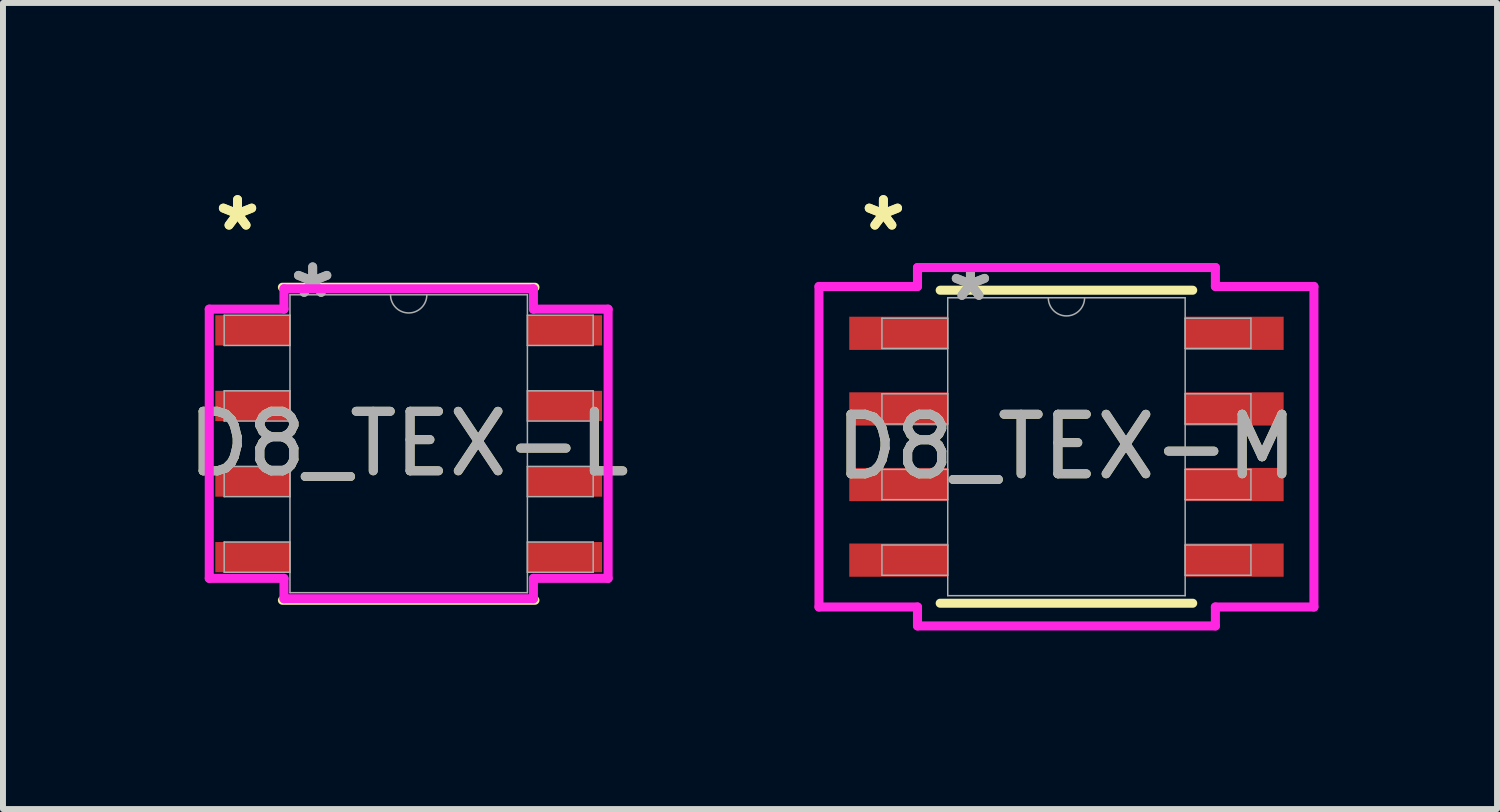
<source format=kicad_pcb>
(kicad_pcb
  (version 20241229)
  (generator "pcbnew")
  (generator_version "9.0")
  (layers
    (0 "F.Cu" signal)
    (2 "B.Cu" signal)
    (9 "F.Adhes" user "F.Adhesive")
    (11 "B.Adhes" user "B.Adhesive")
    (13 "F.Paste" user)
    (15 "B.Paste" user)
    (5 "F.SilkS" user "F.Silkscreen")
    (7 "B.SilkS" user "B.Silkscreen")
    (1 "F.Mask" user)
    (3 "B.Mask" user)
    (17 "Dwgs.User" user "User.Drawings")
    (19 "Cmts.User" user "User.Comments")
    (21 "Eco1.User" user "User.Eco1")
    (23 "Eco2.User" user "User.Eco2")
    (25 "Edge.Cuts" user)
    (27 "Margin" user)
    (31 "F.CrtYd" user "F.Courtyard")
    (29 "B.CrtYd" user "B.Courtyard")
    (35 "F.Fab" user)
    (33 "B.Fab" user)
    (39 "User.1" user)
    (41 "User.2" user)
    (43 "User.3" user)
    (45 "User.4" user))
  (footprint "D8_TEX-L"
    (layer "F.Cu")
    (at 3.815 4.404)
    (property "Reference" "D8_TEX-L" (at 0 0 0) (unlocked yes) (layer "F.SilkS") (effects (font (size 1 1) (thickness 0.15))))
    (attr smd)
    (fp_line (start -2.121 2.629) (end 2.121 2.629) (stroke (width 0.152) (type solid)) (layer "F.SilkS"))
    (fp_line (start 2.121 -2.629) (end -2.121 -2.629) (stroke (width 0.152) (type solid)) (layer "F.SilkS"))
    (fp_line (start -3.35 -2.261) (end -2.095 -2.261) (stroke (width 0.152) (type solid)) (layer "F.CrtYd"))
    (fp_line (start -3.35 2.261) (end -3.35 -2.261) (stroke (width 0.152) (type solid)) (layer "F.CrtYd"))
    (fp_line (start -3.35 2.261) (end -2.095 2.261) (stroke (width 0.152) (type solid)) (layer "F.CrtYd"))
    (fp_line (start -2.095 -2.603) (end 2.095 -2.603) (stroke (width 0.152) (type solid)) (layer "F.CrtYd"))
    (fp_line (start -2.095 -2.261) (end -2.095 -2.603) (stroke (width 0.152) (type solid)) (layer "F.CrtYd"))
    (fp_line (start -2.095 2.603) (end -2.095 2.261) (stroke (width 0.152) (type solid)) (layer "F.CrtYd"))
    (fp_line (start 2.095 -2.603) (end 2.095 -2.261) (stroke (width 0.152) (type solid)) (layer "F.CrtYd"))
    (fp_line (start 2.095 2.261) (end 2.095 2.603) (stroke (width 0.152) (type solid)) (layer "F.CrtYd"))
    (fp_line (start 2.095 2.603) (end -2.095 2.603) (stroke (width 0.152) (type solid)) (layer "F.CrtYd"))
    (fp_line (start 3.35 -2.261) (end 2.095 -2.261) (stroke (width 0.152) (type solid)) (layer "F.CrtYd"))
    (fp_line (start 3.35 -2.261) (end 3.35 2.261) (stroke (width 0.152) (type solid)) (layer "F.CrtYd"))
    (fp_line (start 3.35 2.261) (end 2.095 2.261) (stroke (width 0.152) (type solid)) (layer "F.CrtYd"))
    (fp_line (start -3.099 -2.159) (end -3.099 -1.651) (stroke (width 0.025) (type solid)) (layer "F.Fab"))
    (fp_line (start -3.099 -1.651) (end -1.994 -1.651) (stroke (width 0.025) (type solid)) (layer "F.Fab"))
    (fp_line (start -3.099 -0.889) (end -3.099 -0.381) (stroke (width 0.025) (type solid)) (layer "F.Fab"))
    (fp_line (start -3.099 -0.381) (end -1.994 -0.381) (stroke (width 0.025) (type solid)) (layer "F.Fab"))
    (fp_line (start -3.099 0.381) (end -3.099 0.889) (stroke (width 0.025) (type solid)) (layer "F.Fab"))
    (fp_line (start -3.099 0.889) (end -1.994 0.889) (stroke (width 0.025) (type solid)) (layer "F.Fab"))
    (fp_line (start -3.099 1.651) (end -3.099 2.159) (stroke (width 0.025) (type solid)) (layer "F.Fab"))
    (fp_line (start -3.099 2.159) (end -1.994 2.159) (stroke (width 0.025) (type solid)) (layer "F.Fab"))
    (fp_line (start -1.994 -2.502) (end -1.994 2.502) (stroke (width 0.025) (type solid)) (layer "F.Fab"))
    (fp_line (start -1.994 -2.159) (end -3.099 -2.159) (stroke (width 0.025) (type solid)) (layer "F.Fab"))
    (fp_line (start -1.994 -1.651) (end -1.994 -2.159) (stroke (width 0.025) (type solid)) (layer "F.Fab"))
    (fp_line (start -1.994 -0.889) (end -3.099 -0.889) (stroke (width 0.025) (type solid)) (layer "F.Fab"))
    (fp_line (start -1.994 -0.381) (end -1.994 -0.889) (stroke (width 0.025) (type solid)) (layer "F.Fab"))
    (fp_line (start -1.994 0.381) (end -3.099 0.381) (stroke (width 0.025) (type solid)) (layer "F.Fab"))
    (fp_line (start -1.994 0.889) (end -1.994 0.381) (stroke (width 0.025) (type solid)) (layer "F.Fab"))
    (fp_line (start -1.994 1.651) (end -3.099 1.651) (stroke (width 0.025) (type solid)) (layer "F.Fab"))
    (fp_line (start -1.994 2.159) (end -1.994 1.651) (stroke (width 0.025) (type solid)) (layer "F.Fab"))
    (fp_line (start -1.994 2.502) (end 1.994 2.502) (stroke (width 0.025) (type solid)) (layer "F.Fab"))
    (fp_line (start 1.994 -2.502) (end -1.994 -2.502) (stroke (width 0.025) (type solid)) (layer "F.Fab"))
    (fp_line (start 1.994 -2.159) (end 1.994 -1.651) (stroke (width 0.025) (type solid)) (layer "F.Fab"))
    (fp_line (start 1.994 -1.651) (end 3.099 -1.651) (stroke (width 0.025) (type solid)) (layer "F.Fab"))
    (fp_line (start 1.994 -0.889) (end 1.994 -0.381) (stroke (width 0.025) (type solid)) (layer "F.Fab"))
    (fp_line (start 1.994 -0.381) (end 3.099 -0.381) (stroke (width 0.025) (type solid)) (layer "F.Fab"))
    (fp_line (start 1.994 0.381) (end 1.994 0.889) (stroke (width 0.025) (type solid)) (layer "F.Fab"))
    (fp_line (start 1.994 0.889) (end 3.099 0.889) (stroke (width 0.025) (type solid)) (layer "F.Fab"))
    (fp_line (start 1.994 1.651) (end 1.994 2.159) (stroke (width 0.025) (type solid)) (layer "F.Fab"))
    (fp_line (start 1.994 2.159) (end 3.099 2.159) (stroke (width 0.025) (type solid)) (layer "F.Fab"))
    (fp_line (start 1.994 2.502) (end 1.994 -2.502) (stroke (width 0.025) (type solid)) (layer "F.Fab"))
    (fp_line (start 3.099 -2.159) (end 1.994 -2.159) (stroke (width 0.025) (type solid)) (layer "F.Fab"))
    (fp_line (start 3.099 -1.651) (end 3.099 -2.159) (stroke (width 0.025) (type solid)) (layer "F.Fab"))
    (fp_line (start 3.099 -0.889) (end 1.994 -0.889) (stroke (width 0.025) (type solid)) (layer "F.Fab"))
    (fp_line (start 3.099 -0.381) (end 3.099 -0.889) (stroke (width 0.025) (type solid)) (layer "F.Fab"))
    (fp_line (start 3.099 0.381) (end 1.994 0.381) (stroke (width 0.025) (type solid)) (layer "F.Fab"))
    (fp_line (start 3.099 0.889) (end 3.099 0.381) (stroke (width 0.025) (type solid)) (layer "F.Fab"))
    (fp_line (start 3.099 1.651) (end 1.994 1.651) (stroke (width 0.025) (type solid)) (layer "F.Fab"))
    (fp_line (start 3.099 2.159) (end 3.099 1.651) (stroke (width 0.025) (type solid)) (layer "F.Fab"))
    (fp_arc (start 0.3048 -2.5019) (mid 0 -2.1971) (end -0.3048 -2.5019) (stroke (width 0.0254) (type solid)) (layer "F.Fab"))
    (fp_text user "*" (at -2.875 -3.556 0) (unlocked yes) (layer "F.SilkS") (effects (font (size 1 1) (thickness 0.15))))
    (fp_text user "*" (at -2.875 -3.556 0) (layer "F.SilkS") (effects (font (size 1 1) (thickness 0.15))))
    (fp_text user "*" (at -1.613 -2.426 0) (layer "F.Fab") (effects (font (size 1 1) (thickness 0.15))))
    (fp_text user "*" (at -1.613 -2.426 0) (unlocked yes) (layer "F.Fab") (effects (font (size 1 1) (thickness 0.15))))
    (fp_text user "${REFERENCE}" (at 0 0 0) (unlocked yes) (layer "F.Fab") (effects (font (size 1 1) (thickness 0.15))))
    (pad "1" smd rect (at -2.621 -1.905) (size 1.255 0.508) (layers "F.Cu" "F.Mask" "F.Paste"))
    (pad "2" smd rect (at -2.621 -0.635) (size 1.255 0.508) (layers "F.Cu" "F.Mask" "F.Paste"))
    (pad "3" smd rect (at -2.621 0.635) (size 1.255 0.508) (layers "F.Cu" "F.Mask" "F.Paste"))
    (pad "4" smd rect (at -2.621 1.905) (size 1.255 0.508) (layers "F.Cu" "F.Mask" "F.Paste"))
    (pad "5" smd rect (at 2.621 1.905) (size 1.255 0.508) (layers "F.Cu" "F.Mask" "F.Paste"))
    (pad "6" smd rect (at 2.621 0.635) (size 1.255 0.508) (layers "F.Cu" "F.Mask" "F.Paste"))
    (pad "7" smd rect (at 2.621 -0.635) (size 1.255 0.508) (layers "F.Cu" "F.Mask" "F.Paste"))
    (pad "8" smd rect (at 2.621 -1.905) (size 1.255 0.508) (layers "F.Cu" "F.Mask" "F.Paste")))
  (footprint "D8_TEX-M"
    (layer "F.Cu")
    (at 14.864 4.454)
    (property "Reference" "D8_TEX-M" (at 0 0 0) (unlocked yes) (layer "F.SilkS") (effects (font (size 1 1) (thickness 0.15))))
    (attr smd)
    (fp_line (start -2.121 2.629) (end 2.121 2.629) (stroke (width 0.152) (type solid)) (layer "F.SilkS"))
    (fp_line (start 2.121 -2.629) (end -2.121 -2.629) (stroke (width 0.152) (type solid)) (layer "F.SilkS"))
    (fp_line (start -4.157 -2.692) (end -2.502 -2.692) (stroke (width 0.152) (type solid)) (layer "F.CrtYd"))
    (fp_line (start -4.157 2.692) (end -4.157 -2.692) (stroke (width 0.152) (type solid)) (layer "F.CrtYd"))
    (fp_line (start -4.157 2.692) (end -2.502 2.692) (stroke (width 0.152) (type solid)) (layer "F.CrtYd"))
    (fp_line (start -2.502 -3.01) (end 2.502 -3.01) (stroke (width 0.152) (type solid)) (layer "F.CrtYd"))
    (fp_line (start -2.502 -2.692) (end -2.502 -3.01) (stroke (width 0.152) (type solid)) (layer "F.CrtYd"))
    (fp_line (start -2.502 3.01) (end -2.502 2.692) (stroke (width 0.152) (type solid)) (layer "F.CrtYd"))
    (fp_line (start 2.502 -3.01) (end 2.502 -2.692) (stroke (width 0.152) (type solid)) (layer "F.CrtYd"))
    (fp_line (start 2.502 2.692) (end 2.502 3.01) (stroke (width 0.152) (type solid)) (layer "F.CrtYd"))
    (fp_line (start 2.502 3.01) (end -2.502 3.01) (stroke (width 0.152) (type solid)) (layer "F.CrtYd"))
    (fp_line (start 4.157 -2.692) (end 2.502 -2.692) (stroke (width 0.152) (type solid)) (layer "F.CrtYd"))
    (fp_line (start 4.157 -2.692) (end 4.157 2.692) (stroke (width 0.152) (type solid)) (layer "F.CrtYd"))
    (fp_line (start 4.157 2.692) (end 2.502 2.692) (stroke (width 0.152) (type solid)) (layer "F.CrtYd"))
    (fp_line (start -3.099 -2.159) (end -3.099 -1.651) (stroke (width 0.025) (type solid)) (layer "F.Fab"))
    (fp_line (start -3.099 -1.651) (end -1.994 -1.651) (stroke (width 0.025) (type solid)) (layer "F.Fab"))
    (fp_line (start -3.099 -0.889) (end -3.099 -0.381) (stroke (width 0.025) (type solid)) (layer "F.Fab"))
    (fp_line (start -3.099 -0.381) (end -1.994 -0.381) (stroke (width 0.025) (type solid)) (layer "F.Fab"))
    (fp_line (start -3.099 0.381) (end -3.099 0.889) (stroke (width 0.025) (type solid)) (layer "F.Fab"))
    (fp_line (start -3.099 0.889) (end -1.994 0.889) (stroke (width 0.025) (type solid)) (layer "F.Fab"))
    (fp_line (start -3.099 1.651) (end -3.099 2.159) (stroke (width 0.025) (type solid)) (layer "F.Fab"))
    (fp_line (start -3.099 2.159) (end -1.994 2.159) (stroke (width 0.025) (type solid)) (layer "F.Fab"))
    (fp_line (start -1.994 -2.502) (end -1.994 2.502) (stroke (width 0.025) (type solid)) (layer "F.Fab"))
    (fp_line (start -1.994 -2.159) (end -3.099 -2.159) (stroke (width 0.025) (type solid)) (layer "F.Fab"))
    (fp_line (start -1.994 -1.651) (end -1.994 -2.159) (stroke (width 0.025) (type solid)) (layer "F.Fab"))
    (fp_line (start -1.994 -0.889) (end -3.099 -0.889) (stroke (width 0.025) (type solid)) (layer "F.Fab"))
    (fp_line (start -1.994 -0.381) (end -1.994 -0.889) (stroke (width 0.025) (type solid)) (layer "F.Fab"))
    (fp_line (start -1.994 0.381) (end -3.099 0.381) (stroke (width 0.025) (type solid)) (layer "F.Fab"))
    (fp_line (start -1.994 0.889) (end -1.994 0.381) (stroke (width 0.025) (type solid)) (layer "F.Fab"))
    (fp_line (start -1.994 1.651) (end -3.099 1.651) (stroke (width 0.025) (type solid)) (layer "F.Fab"))
    (fp_line (start -1.994 2.159) (end -1.994 1.651) (stroke (width 0.025) (type solid)) (layer "F.Fab"))
    (fp_line (start -1.994 2.502) (end 1.994 2.502) (stroke (width 0.025) (type solid)) (layer "F.Fab"))
    (fp_line (start 1.994 -2.502) (end -1.994 -2.502) (stroke (width 0.025) (type solid)) (layer "F.Fab"))
    (fp_line (start 1.994 -2.159) (end 1.994 -1.651) (stroke (width 0.025) (type solid)) (layer "F.Fab"))
    (fp_line (start 1.994 -1.651) (end 3.099 -1.651) (stroke (width 0.025) (type solid)) (layer "F.Fab"))
    (fp_line (start 1.994 -0.889) (end 1.994 -0.381) (stroke (width 0.025) (type solid)) (layer "F.Fab"))
    (fp_line (start 1.994 -0.381) (end 3.099 -0.381) (stroke (width 0.025) (type solid)) (layer "F.Fab"))
    (fp_line (start 1.994 0.381) (end 1.994 0.889) (stroke (width 0.025) (type solid)) (layer "F.Fab"))
    (fp_line (start 1.994 0.889) (end 3.099 0.889) (stroke (width 0.025) (type solid)) (layer "F.Fab"))
    (fp_line (start 1.994 1.651) (end 1.994 2.159) (stroke (width 0.025) (type solid)) (layer "F.Fab"))
    (fp_line (start 1.994 2.159) (end 3.099 2.159) (stroke (width 0.025) (type solid)) (layer "F.Fab"))
    (fp_line (start 1.994 2.502) (end 1.994 -2.502) (stroke (width 0.025) (type solid)) (layer "F.Fab"))
    (fp_line (start 3.099 -2.159) (end 1.994 -2.159) (stroke (width 0.025) (type solid)) (layer "F.Fab"))
    (fp_line (start 3.099 -1.651) (end 3.099 -2.159) (stroke (width 0.025) (type solid)) (layer "F.Fab"))
    (fp_line (start 3.099 -0.889) (end 1.994 -0.889) (stroke (width 0.025) (type solid)) (layer "F.Fab"))
    (fp_line (start 3.099 -0.381) (end 3.099 -0.889) (stroke (width 0.025) (type solid)) (layer "F.Fab"))
    (fp_line (start 3.099 0.381) (end 1.994 0.381) (stroke (width 0.025) (type solid)) (layer "F.Fab"))
    (fp_line (start 3.099 0.889) (end 3.099 0.381) (stroke (width 0.025) (type solid)) (layer "F.Fab"))
    (fp_line (start 3.099 1.651) (end 1.994 1.651) (stroke (width 0.025) (type solid)) (layer "F.Fab"))
    (fp_line (start 3.099 2.159) (end 3.099 1.651) (stroke (width 0.025) (type solid)) (layer "F.Fab"))
    (fp_arc (start 0.3048 -2.5019) (mid 0 -2.1971) (end -0.3048 -2.5019) (stroke (width 0.0254) (type solid)) (layer "F.Fab"))
    (fp_text user "*" (at -3.075 -3.606 0) (unlocked yes) (layer "F.SilkS") (effects (font (size 1 1) (thickness 0.15))))
    (fp_text user "*" (at -3.075 -3.606 0) (layer "F.SilkS") (effects (font (size 1 1) (thickness 0.15))))
    (fp_text user "*" (at -1.613 -2.426 0) (layer "F.Fab") (effects (font (size 1 1) (thickness 0.15))))
    (fp_text user "*" (at -1.613 -2.426 0) (unlocked yes) (layer "F.Fab") (effects (font (size 1 1) (thickness 0.15))))
    (fp_text user "${REFERENCE}" (at 0 0 0) (unlocked yes) (layer "F.Fab") (effects (font (size 1 1) (thickness 0.15))))
    (pad "1" smd rect (at -2.821 -1.905) (size 1.655 0.558) (layers "F.Cu" "F.Mask" "F.Paste"))
    (pad "2" smd rect (at -2.821 -0.635) (size 1.655 0.558) (layers "F.Cu" "F.Mask" "F.Paste"))
    (pad "3" smd rect (at -2.821 0.635) (size 1.655 0.558) (layers "F.Cu" "F.Mask" "F.Paste"))
    (pad "4" smd rect (at -2.821 1.905) (size 1.655 0.558) (layers "F.Cu" "F.Mask" "F.Paste"))
    (pad "5" smd rect (at 2.821 1.905) (size 1.655 0.558) (layers "F.Cu" "F.Mask" "F.Paste"))
    (pad "6" smd rect (at 2.821 0.635) (size 1.655 0.558) (layers "F.Cu" "F.Mask" "F.Paste"))
    (pad "7" smd rect (at 2.821 -0.635) (size 1.655 0.558) (layers "F.Cu" "F.Mask" "F.Paste"))
    (pad "8" smd rect (at 2.821 -1.905) (size 1.655 0.558) (layers "F.Cu" "F.Mask" "F.Paste")))
  (gr_rect
    (start -3 -3)
    (end 22.097 10.54)
    (stroke (width 0.1) (type default))
    (fill no)
    (layer "Edge.Cuts")))
</source>
